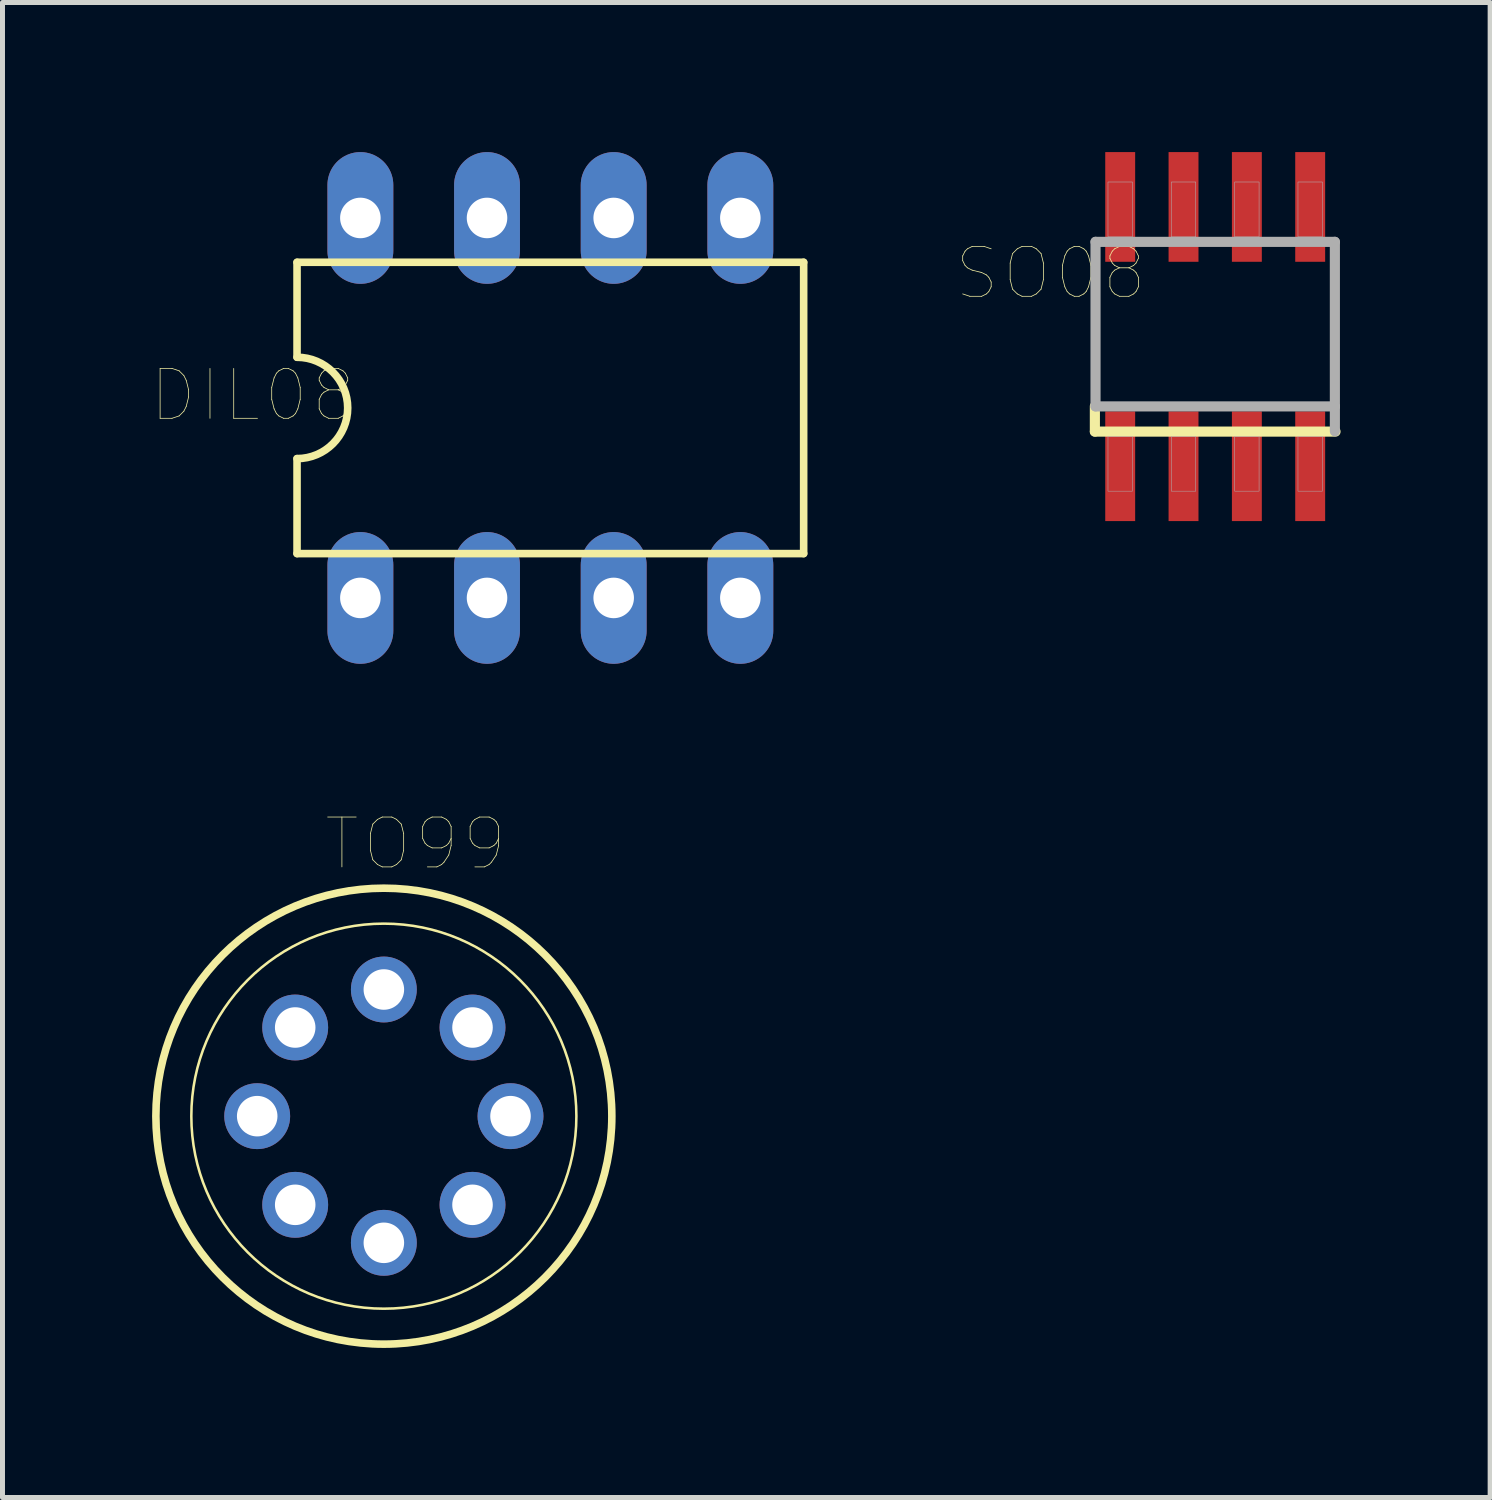
<source format=kicad_pcb>
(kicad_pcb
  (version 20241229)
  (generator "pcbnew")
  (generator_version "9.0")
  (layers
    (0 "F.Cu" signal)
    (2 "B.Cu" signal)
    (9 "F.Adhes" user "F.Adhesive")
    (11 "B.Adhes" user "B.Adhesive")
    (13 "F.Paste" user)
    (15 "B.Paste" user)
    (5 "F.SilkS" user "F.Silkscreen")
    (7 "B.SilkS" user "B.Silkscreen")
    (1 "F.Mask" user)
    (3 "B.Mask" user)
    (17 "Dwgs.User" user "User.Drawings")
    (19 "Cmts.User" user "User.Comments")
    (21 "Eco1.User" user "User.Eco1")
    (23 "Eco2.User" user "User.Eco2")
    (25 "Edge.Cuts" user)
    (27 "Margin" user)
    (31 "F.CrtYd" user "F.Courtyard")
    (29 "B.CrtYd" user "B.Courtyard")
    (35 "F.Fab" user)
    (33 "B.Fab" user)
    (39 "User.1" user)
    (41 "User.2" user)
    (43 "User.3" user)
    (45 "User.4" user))
  (footprint "SO08"
    (layer "F.Cu")
    (at 21.32 3.7)
    (property "Reference" "SO08" (at -3.302 -1.27 180) (layer "F.SilkS") (effects (font (size 1 1) (thickness 0.015))))
    (attr through_hole)
    (fp_line (start -2.413 1.905) (end -2.413 1.397) (stroke (width 0.203) (type solid)) (layer "F.SilkS"))
    (fp_line (start 2.413 1.905) (end -2.413 1.905) (stroke (width 0.203) (type solid)) (layer "F.SilkS"))
    (fp_line (start -2.4 -1.9) (end 2.4 -1.9) (stroke (width 0.203) (type solid)) (layer "F.Fab"))
    (fp_line (start -2.4 1.4) (end -2.4 -1.9) (stroke (width 0.203) (type solid)) (layer "F.Fab"))
    (fp_line (start 2.4 -1.9) (end 2.4 1.4) (stroke (width 0.203) (type solid)) (layer "F.Fab"))
    (fp_line (start 2.4 1.4) (end -2.4 1.4) (stroke (width 0.203) (type solid)) (layer "F.Fab"))
    (fp_line (start 2.4 1.4) (end 2.4 1.9) (stroke (width 0.203) (type solid)) (layer "F.Fab"))
    (fp_poly (pts (xy -2.15 -3.1) (xy -1.66 -3.1) (xy -1.66 -2) (xy -2.15 -2)) (stroke (width 0.01) (type solid)) (fill no) (layer "F.Fab"))
    (fp_poly (pts (xy -2.15 2) (xy -1.66 2) (xy -1.66 3.1) (xy -2.15 3.1)) (stroke (width 0.01) (type solid)) (fill no) (layer "F.Fab"))
    (fp_poly (pts (xy -0.88 -3.1) (xy -0.39 -3.1) (xy -0.39 -2) (xy -0.88 -2)) (stroke (width 0.01) (type solid)) (fill no) (layer "F.Fab"))
    (fp_poly (pts (xy -0.88 2) (xy -0.39 2) (xy -0.39 3.1) (xy -0.88 3.1)) (stroke (width 0.01) (type solid)) (fill no) (layer "F.Fab"))
    (fp_poly (pts (xy 0.39 -3.1) (xy 0.88 -3.1) (xy 0.88 -2) (xy 0.39 -2)) (stroke (width 0.01) (type solid)) (fill no) (layer "F.Fab"))
    (fp_poly (pts (xy 0.39 2) (xy 0.88 2) (xy 0.88 3.1) (xy 0.39 3.1)) (stroke (width 0.01) (type solid)) (fill no) (layer "F.Fab"))
    (fp_poly (pts (xy 1.66 -3.1) (xy 2.15 -3.1) (xy 2.15 -2) (xy 1.66 -2)) (stroke (width 0.01) (type solid)) (fill no) (layer "F.Fab"))
    (fp_poly (pts (xy 1.66 2) (xy 2.15 2) (xy 2.15 3.1) (xy 1.66 3.1)) (stroke (width 0.01) (type solid)) (fill no) (layer "F.Fab"))
    (pad "1" smd rect (at -1.905 2.6) (size 0.6 2.2) (layers "F.Cu" "F.Mask" "F.Paste"))
    (pad "2" smd rect (at -0.635 2.6) (size 0.6 2.2) (layers "F.Cu" "F.Mask" "F.Paste"))
    (pad "3" smd rect (at 0.635 2.6) (size 0.6 2.2) (layers "F.Cu" "F.Mask" "F.Paste"))
    (pad "4" smd rect (at 1.905 2.6) (size 0.6 2.2) (layers "F.Cu" "F.Mask" "F.Paste"))
    (pad "5" smd rect (at 1.905 -2.6) (size 0.6 2.2) (layers "F.Cu" "F.Mask" "F.Paste"))
    (pad "6" smd rect (at 0.635 -2.6) (size 0.6 2.2) (layers "F.Cu" "F.Mask" "F.Paste"))
    (pad "7" smd rect (at -0.635 -2.6) (size 0.6 2.2) (layers "F.Cu" "F.Mask" "F.Paste"))
    (pad "8" smd rect (at -1.905 -2.6) (size 0.6 2.2) (layers "F.Cu" "F.Mask" "F.Paste")))
  (footprint "TO99"
    (layer "F.Cu")
    (at 4.648 19.334)
    (property "Reference" "TO99" (at 0.635 -5.461 0) (layer "F.SilkS") (effects (font (size 1 1) (thickness 0.015))))
    (attr through_hole)
    (fp_circle (center 0 0) (end 3.861 0) (stroke (width 0.051) (type solid)) (fill no) (layer "F.SilkS"))
    (fp_circle (center 0 0) (end 4.572 0) (stroke (width 0.152) (type solid)) (fill no) (layer "F.SilkS"))
    (pad "1" thru_hole circle (at -1.778 1.778) (size 1.321 1.321) (drill 0.813) (layers "*.Cu" "*.Mask"))
    (pad "2" thru_hole circle (at 0 2.54) (size 1.321 1.321) (drill 0.813) (layers "*.Cu" "*.Mask"))
    (pad "3" thru_hole circle (at 1.778 1.778) (size 1.321 1.321) (drill 0.813) (layers "*.Cu" "*.Mask"))
    (pad "4" thru_hole circle (at 2.54 0) (size 1.321 1.321) (drill 0.813) (layers "*.Cu" "*.Mask"))
    (pad "5" thru_hole circle (at 1.778 -1.778) (size 1.321 1.321) (drill 0.813) (layers "*.Cu" "*.Mask"))
    (pad "6" thru_hole circle (at 0 -2.54) (size 1.321 1.321) (drill 0.813) (layers "*.Cu" "*.Mask"))
    (pad "7" thru_hole circle (at -1.778 -1.778) (size 1.321 1.321) (drill 0.813) (layers "*.Cu" "*.Mask"))
    (pad "8" thru_hole circle (at -2.54 0) (size 1.321 1.321) (drill 0.813) (layers "*.Cu" "*.Mask")))
  (footprint "DIL08"
    (layer "F.Cu")
    (at 7.987 5.131)
    (property "Reference" "DIL08" (at -5.969 -0.254 180) (layer "F.SilkS") (effects (font (size 1 1) (thickness 0.015))))
    (attr through_hole)
    (fp_line (start -5.08 -2.921) (end -5.08 -1.016) (stroke (width 0.152) (type solid)) (layer "F.SilkS"))
    (fp_line (start -5.08 2.921) (end -5.08 1.016) (stroke (width 0.152) (type solid)) (layer "F.SilkS"))
    (fp_line (start -5.08 2.921) (end 5.08 2.921) (stroke (width 0.152) (type solid)) (layer "F.SilkS"))
    (fp_line (start 5.08 -2.921) (end -5.08 -2.921) (stroke (width 0.152) (type solid)) (layer "F.SilkS"))
    (fp_line (start 5.08 -2.921) (end 5.08 2.921) (stroke (width 0.152) (type solid)) (layer "F.SilkS"))
    (fp_arc (start -5.08 -1.016) (mid -4.064 0) (end -5.08 1.016) (stroke (width 0.1524) (type solid)) (layer "F.SilkS"))
    (pad "1" thru_hole oval (at -3.81 3.81) (size 1.321 2.642) (drill 0.813) (layers "*.Cu" "*.Mask"))
    (pad "2" thru_hole oval (at -1.27 3.81) (size 1.321 2.642) (drill 0.813) (layers "*.Cu" "*.Mask"))
    (pad "3" thru_hole oval (at 1.27 3.81) (size 1.321 2.642) (drill 0.813) (layers "*.Cu" "*.Mask"))
    (pad "4" thru_hole oval (at 3.81 3.81) (size 1.321 2.642) (drill 0.813) (layers "*.Cu" "*.Mask"))
    (pad "5" thru_hole oval (at 3.81 -3.81) (size 1.321 2.642) (drill 0.813) (layers "*.Cu" "*.Mask"))
    (pad "6" thru_hole oval (at 1.27 -3.81) (size 1.321 2.642) (drill 0.813) (layers "*.Cu" "*.Mask"))
    (pad "7" thru_hole oval (at -1.27 -3.81) (size 1.321 2.642) (drill 0.813) (layers "*.Cu" "*.Mask"))
    (pad "8" thru_hole oval (at -3.81 -3.81) (size 1.321 2.642) (drill 0.813) (layers "*.Cu" "*.Mask")))
  (gr_rect
    (start -3 -3)
    (end 26.834 26.982)
    (stroke (width 0.1) (type default))
    (fill no)
    (layer "Edge.Cuts")))
</source>
